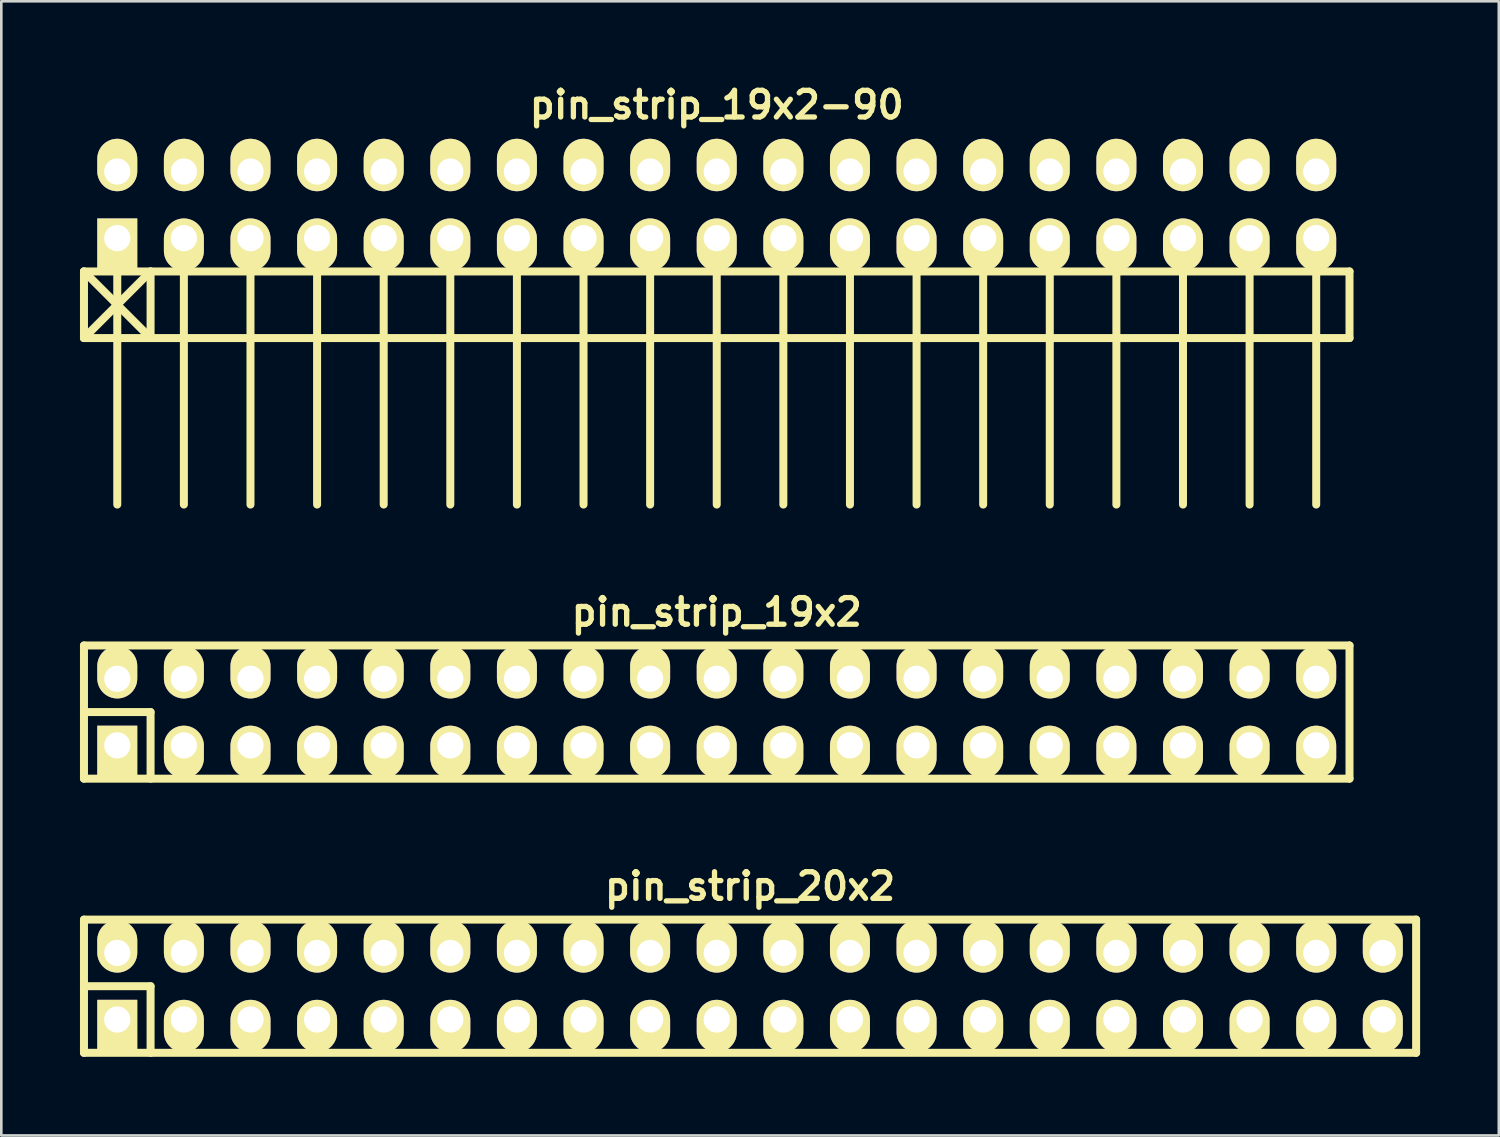
<source format=kicad_pcb>
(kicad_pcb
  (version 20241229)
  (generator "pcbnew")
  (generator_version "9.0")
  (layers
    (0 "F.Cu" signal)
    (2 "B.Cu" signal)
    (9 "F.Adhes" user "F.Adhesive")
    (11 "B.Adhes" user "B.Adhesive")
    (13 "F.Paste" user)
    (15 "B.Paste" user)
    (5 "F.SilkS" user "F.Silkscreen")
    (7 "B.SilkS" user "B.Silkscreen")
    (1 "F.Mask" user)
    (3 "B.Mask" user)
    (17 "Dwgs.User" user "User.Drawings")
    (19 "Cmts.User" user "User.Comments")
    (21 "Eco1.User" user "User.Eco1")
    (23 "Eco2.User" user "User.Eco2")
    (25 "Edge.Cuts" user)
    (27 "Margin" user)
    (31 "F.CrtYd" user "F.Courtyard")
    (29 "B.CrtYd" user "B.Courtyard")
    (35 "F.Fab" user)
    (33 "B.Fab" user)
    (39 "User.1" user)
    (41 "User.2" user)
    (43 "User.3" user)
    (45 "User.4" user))
  (footprint "pin_strip_19x2-90"
    (layer "F.Cu")
    (at 24.282 4.761)
    (property "Reference" "pin_strip_19x2-90" (at 0 -3.81 0) (layer "F.SilkS") (effects (font (size 1.016 1.016) (thickness 0.203))))
    (attr through_hole)
    (fp_line (start -24.13 2.54) (end -21.59 5.08) (stroke (width 0.305) (type solid)) (layer "F.SilkS"))
    (fp_line (start -24.13 5.08) (end -24.13 2.54) (stroke (width 0.305) (type solid)) (layer "F.SilkS"))
    (fp_line (start -24.13 5.08) (end 24.13 5.08) (stroke (width 0.305) (type solid)) (layer "F.SilkS"))
    (fp_line (start -22.86 1.27) (end -22.86 11.43) (stroke (width 0.305) (type solid)) (layer "F.SilkS"))
    (fp_line (start -21.59 2.54) (end -24.13 5.08) (stroke (width 0.305) (type solid)) (layer "F.SilkS"))
    (fp_line (start -21.59 5.08) (end -21.59 2.54) (stroke (width 0.305) (type solid)) (layer "F.SilkS"))
    (fp_line (start -20.32 1.27) (end -20.32 11.43) (stroke (width 0.305) (type solid)) (layer "F.SilkS"))
    (fp_line (start -17.78 11.43) (end -17.78 1.27) (stroke (width 0.305) (type solid)) (layer "F.SilkS"))
    (fp_line (start -15.24 1.27) (end -15.24 11.43) (stroke (width 0.305) (type solid)) (layer "F.SilkS"))
    (fp_line (start -12.7 1.27) (end -12.7 11.43) (stroke (width 0.305) (type solid)) (layer "F.SilkS"))
    (fp_line (start -10.16 1.27) (end -10.16 11.43) (stroke (width 0.305) (type solid)) (layer "F.SilkS"))
    (fp_line (start -7.62 1.27) (end -7.62 11.43) (stroke (width 0.305) (type solid)) (layer "F.SilkS"))
    (fp_line (start -5.08 1.27) (end -5.08 11.43) (stroke (width 0.305) (type solid)) (layer "F.SilkS"))
    (fp_line (start -2.54 1.27) (end -2.54 11.43) (stroke (width 0.305) (type solid)) (layer "F.SilkS"))
    (fp_line (start 0 1.27) (end 0 11.43) (stroke (width 0.305) (type solid)) (layer "F.SilkS"))
    (fp_line (start 2.54 1.27) (end 2.54 11.43) (stroke (width 0.305) (type solid)) (layer "F.SilkS"))
    (fp_line (start 5.08 1.27) (end 5.08 11.43) (stroke (width 0.305) (type solid)) (layer "F.SilkS"))
    (fp_line (start 7.62 11.43) (end 7.62 1.27) (stroke (width 0.305) (type solid)) (layer "F.SilkS"))
    (fp_line (start 10.16 1.27) (end 10.16 11.43) (stroke (width 0.305) (type solid)) (layer "F.SilkS"))
    (fp_line (start 12.7 1.27) (end 12.7 11.43) (stroke (width 0.305) (type solid)) (layer "F.SilkS"))
    (fp_line (start 15.24 1.27) (end 15.24 11.43) (stroke (width 0.305) (type solid)) (layer "F.SilkS"))
    (fp_line (start 17.78 1.27) (end 17.78 11.43) (stroke (width 0.305) (type solid)) (layer "F.SilkS"))
    (fp_line (start 20.32 1.27) (end 20.32 11.43) (stroke (width 0.305) (type solid)) (layer "F.SilkS"))
    (fp_line (start 22.86 1.27) (end 22.86 11.43) (stroke (width 0.305) (type solid)) (layer "F.SilkS"))
    (fp_line (start 24.13 2.54) (end -24.13 2.54) (stroke (width 0.305) (type solid)) (layer "F.SilkS"))
    (fp_line (start 24.13 2.54) (end 24.13 5.08) (stroke (width 0.305) (type solid)) (layer "F.SilkS"))
    (pad "1" thru_hole rect (at -22.86 1.27) (size 1.524 1.999) (drill 1.001 (offset 0 0.249)) (layers "*.Cu" "*.Mask" "F.SilkS"))
    (pad "2" thru_hole oval (at -22.86 -1.27) (size 1.524 1.999) (drill 1.001 (offset 0 -0.249)) (layers "*.Cu" "*.Mask" "F.SilkS"))
    (pad "3" thru_hole oval (at -20.32 1.27) (size 1.524 1.999) (drill 1.001 (offset 0 0.249)) (layers "*.Cu" "*.Mask" "F.SilkS"))
    (pad "4" thru_hole oval (at -20.32 -1.27) (size 1.524 1.999) (drill 1.001 (offset 0 -0.249)) (layers "*.Cu" "*.Mask" "F.SilkS"))
    (pad "5" thru_hole oval (at -17.78 1.27) (size 1.524 1.999) (drill 1.001 (offset 0 0.249)) (layers "*.Cu" "*.Mask" "F.SilkS"))
    (pad "6" thru_hole oval (at -17.78 -1.27) (size 1.524 1.999) (drill 1.001 (offset 0 -0.249)) (layers "*.Cu" "*.Mask" "F.SilkS"))
    (pad "7" thru_hole oval (at -15.24 1.27) (size 1.524 1.999) (drill 1.001 (offset 0 0.249)) (layers "*.Cu" "*.Mask" "F.SilkS"))
    (pad "8" thru_hole oval (at -15.24 -1.27) (size 1.524 1.999) (drill 1.001 (offset 0 -0.249)) (layers "*.Cu" "*.Mask" "F.SilkS"))
    (pad "9" thru_hole oval (at -12.7 1.27) (size 1.524 1.999) (drill 1.001 (offset 0 0.249)) (layers "*.Cu" "*.Mask" "F.SilkS"))
    (pad "10" thru_hole oval (at -12.7 -1.27) (size 1.524 1.999) (drill 1.001 (offset 0 -0.249)) (layers "*.Cu" "*.Mask" "F.SilkS"))
    (pad "11" thru_hole oval (at -10.16 1.27) (size 1.524 1.999) (drill 1.001 (offset 0 0.249)) (layers "*.Cu" "*.Mask" "F.SilkS"))
    (pad "12" thru_hole oval (at -10.16 -1.27) (size 1.524 1.999) (drill 1.001 (offset 0 -0.249)) (layers "*.Cu" "*.Mask" "F.SilkS"))
    (pad "13" thru_hole oval (at -7.62 1.27) (size 1.524 1.999) (drill 1.001 (offset 0 0.249)) (layers "*.Cu" "*.Mask" "F.SilkS"))
    (pad "14" thru_hole oval (at -7.62 -1.27) (size 1.524 1.999) (drill 1.001 (offset 0 -0.249)) (layers "*.Cu" "*.Mask" "F.SilkS"))
    (pad "15" thru_hole oval (at -5.08 1.27) (size 1.524 1.999) (drill 1.001 (offset 0 0.249)) (layers "*.Cu" "*.Mask" "F.SilkS"))
    (pad "16" thru_hole oval (at -5.08 -1.27) (size 1.524 1.999) (drill 1.001 (offset 0 -0.249)) (layers "*.Cu" "*.Mask" "F.SilkS"))
    (pad "17" thru_hole oval (at -2.54 1.27) (size 1.524 1.999) (drill 1.001 (offset 0 0.249)) (layers "*.Cu" "*.Mask" "F.SilkS"))
    (pad "18" thru_hole oval (at -2.54 -1.27) (size 1.524 1.999) (drill 1.001 (offset 0 -0.249)) (layers "*.Cu" "*.Mask" "F.SilkS"))
    (pad "19" thru_hole oval (at 0 1.27) (size 1.524 1.999) (drill 1.001 (offset 0 0.249)) (layers "*.Cu" "*.Mask" "F.SilkS"))
    (pad "20" thru_hole oval (at 0 -1.27) (size 1.524 1.999) (drill 1.001 (offset 0 -0.249)) (layers "*.Cu" "*.Mask" "F.SilkS"))
    (pad "21" thru_hole oval (at 2.54 1.27) (size 1.524 1.999) (drill 1.001 (offset 0 0.249)) (layers "*.Cu" "*.Mask" "F.SilkS"))
    (pad "22" thru_hole oval (at 2.54 -1.27) (size 1.524 1.999) (drill 1.001 (offset 0 -0.249)) (layers "*.Cu" "*.Mask" "F.SilkS"))
    (pad "23" thru_hole oval (at 5.08 1.27) (size 1.524 1.999) (drill 1.001 (offset 0 0.249)) (layers "*.Cu" "*.Mask" "F.SilkS"))
    (pad "24" thru_hole oval (at 5.08 -1.27) (size 1.524 1.999) (drill 1.001 (offset 0 -0.249)) (layers "*.Cu" "*.Mask" "F.SilkS"))
    (pad "25" thru_hole oval (at 7.62 1.27) (size 1.524 1.999) (drill 1.001 (offset 0 0.249)) (layers "*.Cu" "*.Mask" "F.SilkS"))
    (pad "26" thru_hole oval (at 7.62 -1.27) (size 1.524 1.999) (drill 1.001 (offset 0 -0.249)) (layers "*.Cu" "*.Mask" "F.SilkS"))
    (pad "27" thru_hole oval (at 10.16 1.27) (size 1.524 1.999) (drill 1.001 (offset 0 0.249)) (layers "*.Cu" "*.Mask" "F.SilkS"))
    (pad "28" thru_hole oval (at 10.16 -1.27) (size 1.524 1.999) (drill 1.001 (offset 0 -0.249)) (layers "*.Cu" "*.Mask" "F.SilkS"))
    (pad "29" thru_hole oval (at 12.7 1.27) (size 1.524 1.999) (drill 1.001 (offset 0 0.249)) (layers "*.Cu" "*.Mask" "F.SilkS"))
    (pad "30" thru_hole oval (at 12.7 -1.27) (size 1.524 1.999) (drill 1.001 (offset 0 -0.249)) (layers "*.Cu" "*.Mask" "F.SilkS"))
    (pad "31" thru_hole oval (at 15.24 1.27) (size 1.524 1.999) (drill 1.001 (offset 0 0.249)) (layers "*.Cu" "*.Mask" "F.SilkS"))
    (pad "32" thru_hole oval (at 15.24 -1.27) (size 1.524 1.999) (drill 1.001 (offset 0 -0.249)) (layers "*.Cu" "*.Mask" "F.SilkS"))
    (pad "33" thru_hole oval (at 17.78 1.27) (size 1.524 1.999) (drill 1.001 (offset 0 0.249)) (layers "*.Cu" "*.Mask" "F.SilkS"))
    (pad "34" thru_hole oval (at 17.78 -1.27) (size 1.524 1.999) (drill 1.001 (offset 0 -0.249)) (layers "*.Cu" "*.Mask" "F.SilkS"))
    (pad "35" thru_hole oval (at 20.32 1.27) (size 1.524 1.999) (drill 1.001 (offset 0 0.249)) (layers "*.Cu" "*.Mask" "F.SilkS"))
    (pad "36" thru_hole oval (at 20.32 -1.27) (size 1.524 1.999) (drill 1.001 (offset 0 -0.249)) (layers "*.Cu" "*.Mask" "F.SilkS"))
    (pad "37" thru_hole oval (at 22.86 1.27) (size 1.524 1.999) (drill 1.001 (offset 0 0.249)) (layers "*.Cu" "*.Mask" "F.SilkS"))
    (pad "38" thru_hole oval (at 22.86 -1.27) (size 1.524 1.999) (drill 1.001 (offset 0 -0.249)) (layers "*.Cu" "*.Mask" "F.SilkS")))
  (footprint "pin_strip_19x2"
    (layer "F.Cu")
    (at 24.282 24.104)
    (property "Reference" "pin_strip_19x2" (at 0 -3.81 0) (layer "F.SilkS") (effects (font (size 1.016 1.016) (thickness 0.203))))
    (attr through_hole)
    (fp_line (start -24.13 -2.54) (end -24.13 2.54) (stroke (width 0.305) (type solid)) (layer "F.SilkS"))
    (fp_line (start -24.13 -2.54) (end 24.13 -2.54) (stroke (width 0.305) (type solid)) (layer "F.SilkS"))
    (fp_line (start -24.13 0) (end -21.59 0) (stroke (width 0.305) (type solid)) (layer "F.SilkS"))
    (fp_line (start -21.59 0) (end -21.59 2.54) (stroke (width 0.305) (type solid)) (layer "F.SilkS"))
    (fp_line (start 24.13 2.54) (end -24.13 2.54) (stroke (width 0.305) (type solid)) (layer "F.SilkS"))
    (fp_line (start 24.13 2.54) (end 24.13 -2.54) (stroke (width 0.305) (type solid)) (layer "F.SilkS"))
    (pad "1" thru_hole rect (at -22.86 1.27) (size 1.524 1.999) (drill 1.001 (offset 0 0.249)) (layers "*.Cu" "*.Mask" "F.SilkS"))
    (pad "2" thru_hole oval (at -22.86 -1.27) (size 1.524 1.999) (drill 1.001 (offset 0 -0.249)) (layers "*.Cu" "*.Mask" "F.SilkS"))
    (pad "3" thru_hole oval (at -20.32 1.27) (size 1.524 1.999) (drill 1.001 (offset 0 0.249)) (layers "*.Cu" "*.Mask" "F.SilkS"))
    (pad "4" thru_hole oval (at -20.32 -1.27) (size 1.524 1.999) (drill 1.001 (offset 0 -0.249)) (layers "*.Cu" "*.Mask" "F.SilkS"))
    (pad "5" thru_hole oval (at -17.78 1.27) (size 1.524 1.999) (drill 1.001 (offset 0 0.249)) (layers "*.Cu" "*.Mask" "F.SilkS"))
    (pad "6" thru_hole oval (at -17.78 -1.27) (size 1.524 1.999) (drill 1.001 (offset 0 -0.249)) (layers "*.Cu" "*.Mask" "F.SilkS"))
    (pad "7" thru_hole oval (at -15.24 1.27) (size 1.524 1.999) (drill 1.001 (offset 0 0.249)) (layers "*.Cu" "*.Mask" "F.SilkS"))
    (pad "8" thru_hole oval (at -15.24 -1.27) (size 1.524 1.999) (drill 1.001 (offset 0 -0.249)) (layers "*.Cu" "*.Mask" "F.SilkS"))
    (pad "9" thru_hole oval (at -12.7 1.27) (size 1.524 1.999) (drill 1.001 (offset 0 0.249)) (layers "*.Cu" "*.Mask" "F.SilkS"))
    (pad "10" thru_hole oval (at -12.7 -1.27) (size 1.524 1.999) (drill 1.001 (offset 0 -0.249)) (layers "*.Cu" "*.Mask" "F.SilkS"))
    (pad "11" thru_hole oval (at -10.16 1.27) (size 1.524 1.999) (drill 1.001 (offset 0 0.249)) (layers "*.Cu" "*.Mask" "F.SilkS"))
    (pad "12" thru_hole oval (at -10.16 -1.27) (size 1.524 1.999) (drill 1.001 (offset 0 -0.249)) (layers "*.Cu" "*.Mask" "F.SilkS"))
    (pad "13" thru_hole oval (at -7.62 1.27) (size 1.524 1.999) (drill 1.001 (offset 0 0.249)) (layers "*.Cu" "*.Mask" "F.SilkS"))
    (pad "14" thru_hole oval (at -7.62 -1.27) (size 1.524 1.999) (drill 1.001 (offset 0 -0.249)) (layers "*.Cu" "*.Mask" "F.SilkS"))
    (pad "15" thru_hole oval (at -5.08 1.27) (size 1.524 1.999) (drill 1.001 (offset 0 0.249)) (layers "*.Cu" "*.Mask" "F.SilkS"))
    (pad "16" thru_hole oval (at -5.08 -1.27) (size 1.524 1.999) (drill 1.001 (offset 0 -0.249)) (layers "*.Cu" "*.Mask" "F.SilkS"))
    (pad "17" thru_hole oval (at -2.54 1.27) (size 1.524 1.999) (drill 1.001 (offset 0 0.249)) (layers "*.Cu" "*.Mask" "F.SilkS"))
    (pad "18" thru_hole oval (at -2.54 -1.27) (size 1.524 1.999) (drill 1.001 (offset 0 -0.249)) (layers "*.Cu" "*.Mask" "F.SilkS"))
    (pad "19" thru_hole oval (at 0 1.27) (size 1.524 1.999) (drill 1.001 (offset 0 0.249)) (layers "*.Cu" "*.Mask" "F.SilkS"))
    (pad "20" thru_hole oval (at 0 -1.27) (size 1.524 1.999) (drill 1.001 (offset 0 -0.249)) (layers "*.Cu" "*.Mask" "F.SilkS"))
    (pad "21" thru_hole oval (at 2.54 1.27) (size 1.524 1.999) (drill 1.001 (offset 0 0.249)) (layers "*.Cu" "*.Mask" "F.SilkS"))
    (pad "22" thru_hole oval (at 2.54 -1.27) (size 1.524 1.999) (drill 1.001 (offset 0 -0.249)) (layers "*.Cu" "*.Mask" "F.SilkS"))
    (pad "23" thru_hole oval (at 5.08 1.27) (size 1.524 1.999) (drill 1.001 (offset 0 0.249)) (layers "*.Cu" "*.Mask" "F.SilkS"))
    (pad "24" thru_hole oval (at 5.08 -1.27) (size 1.524 1.999) (drill 1.001 (offset 0 -0.249)) (layers "*.Cu" "*.Mask" "F.SilkS"))
    (pad "25" thru_hole oval (at 7.62 1.27) (size 1.524 1.999) (drill 1.001 (offset 0 0.249)) (layers "*.Cu" "*.Mask" "F.SilkS"))
    (pad "26" thru_hole oval (at 7.62 -1.27) (size 1.524 1.999) (drill 1.001 (offset 0 -0.249)) (layers "*.Cu" "*.Mask" "F.SilkS"))
    (pad "27" thru_hole oval (at 10.16 1.27) (size 1.524 1.999) (drill 1.001 (offset 0 0.249)) (layers "*.Cu" "*.Mask" "F.SilkS"))
    (pad "28" thru_hole oval (at 10.16 -1.27) (size 1.524 1.999) (drill 1.001 (offset 0 -0.249)) (layers "*.Cu" "*.Mask" "F.SilkS"))
    (pad "29" thru_hole oval (at 12.7 1.27) (size 1.524 1.999) (drill 1.001 (offset 0 0.249)) (layers "*.Cu" "*.Mask" "F.SilkS"))
    (pad "30" thru_hole oval (at 12.7 -1.27) (size 1.524 1.999) (drill 1.001 (offset 0 -0.249)) (layers "*.Cu" "*.Mask" "F.SilkS"))
    (pad "31" thru_hole oval (at 15.24 1.27) (size 1.524 1.999) (drill 1.001 (offset 0 0.249)) (layers "*.Cu" "*.Mask" "F.SilkS"))
    (pad "32" thru_hole oval (at 15.24 -1.27) (size 1.524 1.999) (drill 1.001 (offset 0 -0.249)) (layers "*.Cu" "*.Mask" "F.SilkS"))
    (pad "33" thru_hole oval (at 17.78 1.27) (size 1.524 1.999) (drill 1.001 (offset 0 0.249)) (layers "*.Cu" "*.Mask" "F.SilkS"))
    (pad "34" thru_hole oval (at 17.78 -1.27) (size 1.524 1.999) (drill 1.001 (offset 0 -0.249)) (layers "*.Cu" "*.Mask" "F.SilkS"))
    (pad "35" thru_hole oval (at 20.32 1.27) (size 1.524 1.999) (drill 1.001 (offset 0 0.249)) (layers "*.Cu" "*.Mask" "F.SilkS"))
    (pad "36" thru_hole oval (at 20.32 -1.27) (size 1.524 1.999) (drill 1.001 (offset 0 -0.249)) (layers "*.Cu" "*.Mask" "F.SilkS"))
    (pad "37" thru_hole oval (at 22.86 1.27) (size 1.524 1.999) (drill 1.001 (offset 0 0.249)) (layers "*.Cu" "*.Mask" "F.SilkS"))
    (pad "38" thru_hole oval (at 22.86 -1.27) (size 1.524 1.999) (drill 1.001 (offset 0 -0.249)) (layers "*.Cu" "*.Mask" "F.SilkS")))
  (footprint "pin_strip_20x2"
    (layer "F.Cu")
    (at 25.552 34.558)
    (property "Reference" "pin_strip_20x2" (at 0 -3.81 0) (layer "F.SilkS") (effects (font (size 1.016 1.016) (thickness 0.203))))
    (attr through_hole)
    (fp_line (start -25.4 -2.54) (end -25.4 2.54) (stroke (width 0.305) (type solid)) (layer "F.SilkS"))
    (fp_line (start -25.4 -2.54) (end 25.4 -2.54) (stroke (width 0.305) (type solid)) (layer "F.SilkS"))
    (fp_line (start -25.4 0) (end -22.86 0) (stroke (width 0.305) (type solid)) (layer "F.SilkS"))
    (fp_line (start -22.86 0) (end -22.86 2.54) (stroke (width 0.305) (type solid)) (layer "F.SilkS"))
    (fp_line (start 25.4 2.54) (end -25.4 2.54) (stroke (width 0.305) (type solid)) (layer "F.SilkS"))
    (fp_line (start 25.4 2.54) (end 25.4 -2.54) (stroke (width 0.305) (type solid)) (layer "F.SilkS"))
    (pad "1" thru_hole rect (at -24.13 1.27) (size 1.524 1.999) (drill 1.001 (offset 0 0.249)) (layers "*.Cu" "*.Mask" "F.SilkS"))
    (pad "2" thru_hole oval (at -24.13 -1.27) (size 1.524 1.999) (drill 1.001 (offset 0 -0.249)) (layers "*.Cu" "*.Mask" "F.SilkS"))
    (pad "3" thru_hole oval (at -21.59 1.27) (size 1.524 1.999) (drill 1.001 (offset 0 0.249)) (layers "*.Cu" "*.Mask" "F.SilkS"))
    (pad "4" thru_hole oval (at -21.59 -1.27) (size 1.524 1.999) (drill 1.001 (offset 0 -0.249)) (layers "*.Cu" "*.Mask" "F.SilkS"))
    (pad "5" thru_hole oval (at -19.05 1.27) (size 1.524 1.999) (drill 1.001 (offset 0 0.249)) (layers "*.Cu" "*.Mask" "F.SilkS"))
    (pad "6" thru_hole oval (at -19.05 -1.27) (size 1.524 1.999) (drill 1.001 (offset 0 -0.249)) (layers "*.Cu" "*.Mask" "F.SilkS"))
    (pad "7" thru_hole oval (at -16.51 1.27) (size 1.524 1.999) (drill 1.001 (offset 0 0.249)) (layers "*.Cu" "*.Mask" "F.SilkS"))
    (pad "8" thru_hole oval (at -16.51 -1.27) (size 1.524 1.999) (drill 1.001 (offset 0 -0.249)) (layers "*.Cu" "*.Mask" "F.SilkS"))
    (pad "9" thru_hole oval (at -13.97 1.27) (size 1.524 1.999) (drill 1.001 (offset 0 0.249)) (layers "*.Cu" "*.Mask" "F.SilkS"))
    (pad "10" thru_hole oval (at -13.97 -1.27) (size 1.524 1.999) (drill 1.001 (offset 0 -0.249)) (layers "*.Cu" "*.Mask" "F.SilkS"))
    (pad "11" thru_hole oval (at -11.43 1.27) (size 1.524 1.999) (drill 1.001 (offset 0 0.249)) (layers "*.Cu" "*.Mask" "F.SilkS"))
    (pad "12" thru_hole oval (at -11.43 -1.27) (size 1.524 1.999) (drill 1.001 (offset 0 -0.249)) (layers "*.Cu" "*.Mask" "F.SilkS"))
    (pad "13" thru_hole oval (at -8.89 1.27) (size 1.524 1.999) (drill 1.001 (offset 0 0.249)) (layers "*.Cu" "*.Mask" "F.SilkS"))
    (pad "14" thru_hole oval (at -8.89 -1.27) (size 1.524 1.999) (drill 1.001 (offset 0 -0.249)) (layers "*.Cu" "*.Mask" "F.SilkS"))
    (pad "15" thru_hole oval (at -6.35 1.27) (size 1.524 1.999) (drill 1.001 (offset 0 0.249)) (layers "*.Cu" "*.Mask" "F.SilkS"))
    (pad "16" thru_hole oval (at -6.35 -1.27) (size 1.524 1.999) (drill 1.001 (offset 0 -0.249)) (layers "*.Cu" "*.Mask" "F.SilkS"))
    (pad "17" thru_hole oval (at -3.81 1.27) (size 1.524 1.999) (drill 1.001 (offset 0 0.249)) (layers "*.Cu" "*.Mask" "F.SilkS"))
    (pad "18" thru_hole oval (at -3.81 -1.27) (size 1.524 1.999) (drill 1.001 (offset 0 -0.249)) (layers "*.Cu" "*.Mask" "F.SilkS"))
    (pad "19" thru_hole oval (at -1.27 1.27) (size 1.524 1.999) (drill 1.001 (offset 0 0.249)) (layers "*.Cu" "*.Mask" "F.SilkS"))
    (pad "20" thru_hole oval (at -1.27 -1.27) (size 1.524 1.999) (drill 1.001 (offset 0 -0.249)) (layers "*.Cu" "*.Mask" "F.SilkS"))
    (pad "21" thru_hole oval (at 1.27 1.27) (size 1.524 1.999) (drill 1.001 (offset 0 0.249)) (layers "*.Cu" "*.Mask" "F.SilkS"))
    (pad "22" thru_hole oval (at 1.27 -1.27) (size 1.524 1.999) (drill 1.001 (offset 0 -0.249)) (layers "*.Cu" "*.Mask" "F.SilkS"))
    (pad "23" thru_hole oval (at 3.81 1.27) (size 1.524 1.999) (drill 1.001 (offset 0 0.249)) (layers "*.Cu" "*.Mask" "F.SilkS"))
    (pad "24" thru_hole oval (at 3.81 -1.27) (size 1.524 1.999) (drill 1.001 (offset 0 -0.249)) (layers "*.Cu" "*.Mask" "F.SilkS"))
    (pad "25" thru_hole oval (at 6.35 1.27) (size 1.524 1.999) (drill 1.001 (offset 0 0.249)) (layers "*.Cu" "*.Mask" "F.SilkS"))
    (pad "26" thru_hole oval (at 6.35 -1.27) (size 1.524 1.999) (drill 1.001 (offset 0 -0.249)) (layers "*.Cu" "*.Mask" "F.SilkS"))
    (pad "27" thru_hole oval (at 8.89 1.27) (size 1.524 1.999) (drill 1.001 (offset 0 0.249)) (layers "*.Cu" "*.Mask" "F.SilkS"))
    (pad "28" thru_hole oval (at 8.89 -1.27) (size 1.524 1.999) (drill 1.001 (offset 0 -0.249)) (layers "*.Cu" "*.Mask" "F.SilkS"))
    (pad "29" thru_hole oval (at 11.43 1.27) (size 1.524 1.999) (drill 1.001 (offset 0 0.249)) (layers "*.Cu" "*.Mask" "F.SilkS"))
    (pad "30" thru_hole oval (at 11.43 -1.27) (size 1.524 1.999) (drill 1.001 (offset 0 -0.249)) (layers "*.Cu" "*.Mask" "F.SilkS"))
    (pad "31" thru_hole oval (at 13.97 1.27) (size 1.524 1.999) (drill 1.001 (offset 0 0.249)) (layers "*.Cu" "*.Mask" "F.SilkS"))
    (pad "32" thru_hole oval (at 13.97 -1.27) (size 1.524 1.999) (drill 1.001 (offset 0 -0.249)) (layers "*.Cu" "*.Mask" "F.SilkS"))
    (pad "33" thru_hole oval (at 16.51 1.27) (size 1.524 1.999) (drill 1.001 (offset 0 0.249)) (layers "*.Cu" "*.Mask" "F.SilkS"))
    (pad "34" thru_hole oval (at 16.51 -1.27) (size 1.524 1.999) (drill 1.001 (offset 0 -0.249)) (layers "*.Cu" "*.Mask" "F.SilkS"))
    (pad "35" thru_hole oval (at 19.05 1.27) (size 1.524 1.999) (drill 1.001 (offset 0 0.249)) (layers "*.Cu" "*.Mask" "F.SilkS"))
    (pad "36" thru_hole oval (at 19.05 -1.27) (size 1.524 1.999) (drill 1.001 (offset 0 -0.249)) (layers "*.Cu" "*.Mask" "F.SilkS"))
    (pad "37" thru_hole oval (at 21.59 1.27) (size 1.524 1.999) (drill 1.001 (offset 0 0.249)) (layers "*.Cu" "*.Mask" "F.SilkS"))
    (pad "38" thru_hole oval (at 21.59 -1.27) (size 1.524 1.999) (drill 1.001 (offset 0 -0.249)) (layers "*.Cu" "*.Mask" "F.SilkS"))
    (pad "39" thru_hole oval (at 24.13 1.27) (size 1.524 1.999) (drill 1.001 (offset 0 0.249)) (layers "*.Cu" "*.Mask" "F.SilkS"))
    (pad "40" thru_hole oval (at 24.13 -1.27) (size 1.524 1.999) (drill 1.001 (offset 0 -0.249)) (layers "*.Cu" "*.Mask" "F.SilkS")))
  (gr_rect
    (start -3 -3)
    (end 54.105 40.25)
    (stroke (width 0.1) (type default))
    (fill no)
    (layer "Edge.Cuts")))
</source>
